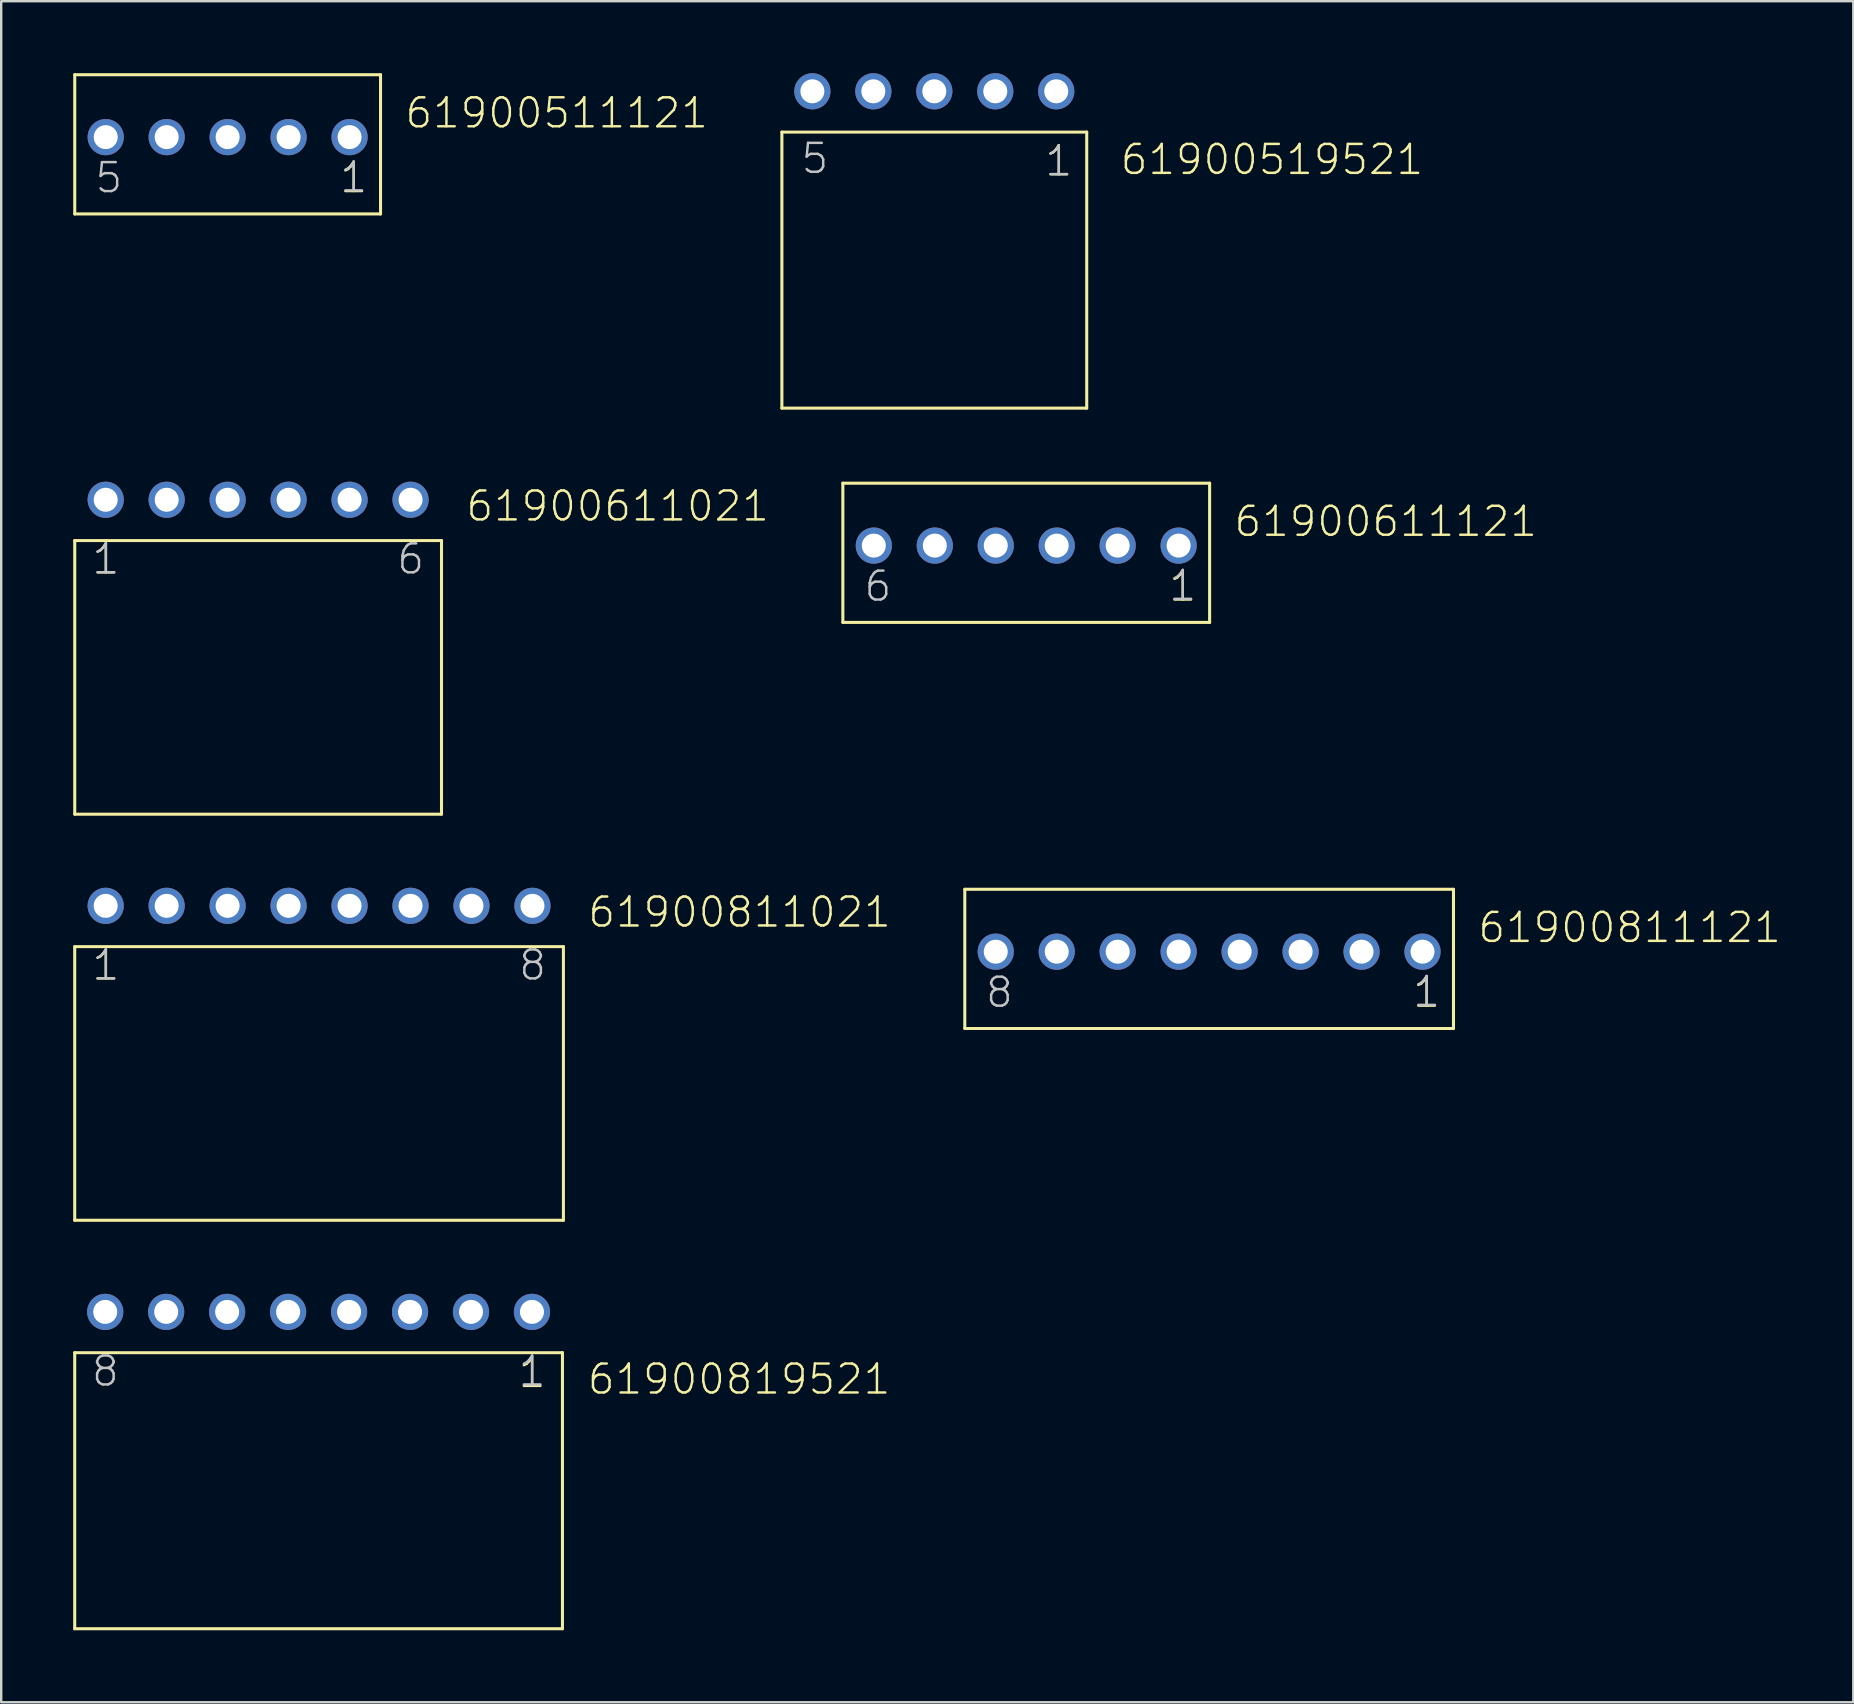
<source format=kicad_pcb>
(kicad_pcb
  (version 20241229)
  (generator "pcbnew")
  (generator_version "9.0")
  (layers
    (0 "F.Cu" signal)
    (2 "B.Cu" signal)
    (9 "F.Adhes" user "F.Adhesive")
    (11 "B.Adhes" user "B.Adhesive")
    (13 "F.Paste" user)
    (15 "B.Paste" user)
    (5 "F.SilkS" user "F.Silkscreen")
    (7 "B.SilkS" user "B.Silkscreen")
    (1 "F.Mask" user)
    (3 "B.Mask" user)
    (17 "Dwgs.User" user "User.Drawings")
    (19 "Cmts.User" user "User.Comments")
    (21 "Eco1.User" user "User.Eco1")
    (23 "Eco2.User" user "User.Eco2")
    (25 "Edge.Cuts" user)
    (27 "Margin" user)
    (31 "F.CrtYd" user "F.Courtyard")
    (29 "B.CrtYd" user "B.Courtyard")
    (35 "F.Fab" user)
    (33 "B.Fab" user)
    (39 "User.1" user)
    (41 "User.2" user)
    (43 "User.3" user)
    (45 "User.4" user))
  (footprint "61900519521"
    (layer "F.Cu")
    (at 35.875 0.754)
    (property "Reference" "61900519521" (at 7.685 3.55 0) (layer "F.SilkS") (effects (font (size 1.206 1.206) (thickness 0.102)) (justify left bottom)))
    (attr through_hole)
    (fp_line (start -6.35 1.7) (end 6.35 1.7) (stroke (width 0.127) (type solid)) (layer "F.SilkS"))
    (fp_line (start -6.35 13.2) (end -6.35 1.7) (stroke (width 0.127) (type solid)) (layer "F.SilkS"))
    (fp_line (start 6.35 1.7) (end 6.35 13.2) (stroke (width 0.127) (type solid)) (layer "F.SilkS"))
    (fp_line (start 6.35 13.2) (end -6.35 13.2) (stroke (width 0.127) (type solid)) (layer "F.SilkS"))
    (fp_text user "1" (at 4.545 3.605 0) (layer "F.SilkS") (effects (font (size 1.206 1.206) (thickness 0.102)) (justify left bottom)))
    (fp_text user "1" (at 4.545 3.605 0) (layer "Dwgs.User") (effects (font (size 1.206 1.206) (thickness 0.102)) (justify left bottom)))
    (fp_text user "5" (at -5.615 3.505 0) (layer "Dwgs.User") (effects (font (size 1.206 1.206) (thickness 0.102)) (justify left bottom)))
    (pad "1" thru_hole circle (at 5.08 0) (size 1.508 1.508) (drill 1) (layers "*.Cu" "*.Mask"))
    (pad "2" thru_hole circle (at 2.54 0) (size 1.508 1.508) (drill 1) (layers "*.Cu" "*.Mask"))
    (pad "3" thru_hole circle (at 0 0) (size 1.508 1.508) (drill 1) (layers "*.Cu" "*.Mask"))
    (pad "4" thru_hole circle (at -2.54 0) (size 1.508 1.508) (drill 1) (layers "*.Cu" "*.Mask"))
    (pad "5" thru_hole circle (at -5.08 0) (size 1.508 1.508) (drill 1) (layers "*.Cu" "*.Mask")))
  (footprint "61900611021"
    (layer "F.Cu")
    (at 7.704 17.771)
    (property "Reference" "61900611021" (at 8.595 0.97 0) (layer "F.SilkS") (effects (font (size 1.206 1.206) (thickness 0.102)) (justify left bottom)))
    (attr through_hole)
    (fp_line (start -7.64 1.7) (end 7.64 1.7) (stroke (width 0.127) (type solid)) (layer "F.SilkS"))
    (fp_line (start -7.64 13.1) (end -7.64 1.7) (stroke (width 0.127) (type solid)) (layer "F.SilkS"))
    (fp_line (start 7.64 1.7) (end 7.64 13.1) (stroke (width 0.127) (type solid)) (layer "F.SilkS"))
    (fp_line (start 7.64 13.1) (end -7.64 13.1) (stroke (width 0.127) (type solid)) (layer "F.SilkS"))
    (fp_text user "1" (at -6.985 3.175 0) (layer "F.SilkS") (effects (font (size 1.206 1.206) (thickness 0.102)) (justify left bottom)))
    (fp_text user "1" (at -6.985 3.175 0) (layer "Dwgs.User") (effects (font (size 1.206 1.206) (thickness 0.102)) (justify left bottom)))
    (fp_text user "6" (at 5.715 3.175 0) (layer "Dwgs.User") (effects (font (size 1.206 1.206) (thickness 0.102)) (justify left bottom)))
    (pad "1" thru_hole circle (at -6.35 0 180) (size 1.508 1.508) (drill 1) (layers "*.Cu" "*.Mask"))
    (pad "2" thru_hole circle (at -3.81 0 180) (size 1.508 1.508) (drill 1) (layers "*.Cu" "*.Mask"))
    (pad "3" thru_hole circle (at -1.27 0 180) (size 1.508 1.508) (drill 1) (layers "*.Cu" "*.Mask"))
    (pad "4" thru_hole circle (at 1.27 0 180) (size 1.508 1.508) (drill 1) (layers "*.Cu" "*.Mask"))
    (pad "5" thru_hole circle (at 3.81 0 180) (size 1.508 1.508) (drill 1) (layers "*.Cu" "*.Mask"))
    (pad "6" thru_hole circle (at 6.35 0 180) (size 1.508 1.508) (drill 1) (layers "*.Cu" "*.Mask")))
  (footprint "61900811121"
    (layer "F.Cu")
    (at 47.325 36.599)
    (property "Reference" "61900811121" (at 11.135 -0.3 0) (layer "F.SilkS") (effects (font (size 1.206 1.206) (thickness 0.102)) (justify left bottom)))
    (attr through_hole)
    (fp_line (start -10.18 -2.6) (end 10.18 -2.6) (stroke (width 0.127) (type solid)) (layer "F.SilkS"))
    (fp_line (start -10.18 3.2) (end -10.18 -2.6) (stroke (width 0.127) (type solid)) (layer "F.SilkS"))
    (fp_line (start 10.18 -2.6) (end 10.18 3.2) (stroke (width 0.127) (type solid)) (layer "F.SilkS"))
    (fp_line (start 10.18 3.2) (end -10.18 3.2) (stroke (width 0.127) (type solid)) (layer "F.SilkS"))
    (fp_text user "1" (at 8.42 2.4 0) (layer "F.SilkS") (effects (font (size 1.206 1.206) (thickness 0.102)) (justify left bottom)))
    (fp_text user "1" (at 8.42 2.37 0) (layer "Dwgs.User") (effects (font (size 1.206 1.206) (thickness 0.102)) (justify left bottom)))
    (fp_text user "8" (at -9.38 2.4 0) (layer "Dwgs.User") (effects (font (size 1.206 1.206) (thickness 0.102)) (justify left bottom)))
    (pad "1" thru_hole circle (at 8.89 0) (size 1.508 1.508) (drill 1) (layers "*.Cu" "*.Mask"))
    (pad "2" thru_hole circle (at 6.35 0) (size 1.508 1.508) (drill 1) (layers "*.Cu" "*.Mask"))
    (pad "3" thru_hole circle (at 3.81 0) (size 1.508 1.508) (drill 1) (layers "*.Cu" "*.Mask"))
    (pad "4" thru_hole circle (at 1.27 0) (size 1.508 1.508) (drill 1) (layers "*.Cu" "*.Mask"))
    (pad "5" thru_hole circle (at -1.27 0) (size 1.508 1.508) (drill 1) (layers "*.Cu" "*.Mask"))
    (pad "6" thru_hole circle (at -3.81 0) (size 1.508 1.508) (drill 1) (layers "*.Cu" "*.Mask"))
    (pad "7" thru_hole circle (at -6.35 0) (size 1.508 1.508) (drill 1) (layers "*.Cu" "*.Mask"))
    (pad "8" thru_hole circle (at -8.89 0) (size 1.508 1.508) (drill 1) (layers "*.Cu" "*.Mask")))
  (footprint "61900819521"
    (layer "F.Cu")
    (at 10.223 51.606)
    (property "Reference" "61900819521" (at 11.135 3.51 0) (layer "F.SilkS") (effects (font (size 1.206 1.206) (thickness 0.102)) (justify left bottom)))
    (attr through_hole)
    (fp_line (start -10.16 1.7) (end 10.16 1.7) (stroke (width 0.127) (type solid)) (layer "F.SilkS"))
    (fp_line (start -10.16 13.2) (end -10.16 1.7) (stroke (width 0.127) (type solid)) (layer "F.SilkS"))
    (fp_line (start 10.16 1.7) (end 10.16 13.2) (stroke (width 0.127) (type solid)) (layer "F.SilkS"))
    (fp_line (start 10.16 13.2) (end -10.16 13.2) (stroke (width 0.127) (type solid)) (layer "F.SilkS"))
    (fp_text user "1" (at 8.255 3.235 0) (layer "F.SilkS") (effects (font (size 1.206 1.206) (thickness 0.102)) (justify left bottom)))
    (fp_text user "1" (at 8.255 3.175 0) (layer "Dwgs.User") (effects (font (size 1.206 1.206) (thickness 0.102)) (justify left bottom)))
    (fp_text user "8" (at -9.525 3.175 0) (layer "Dwgs.User") (effects (font (size 1.206 1.206) (thickness 0.102)) (justify left bottom)))
    (pad "1" thru_hole circle (at 8.89 0) (size 1.508 1.508) (drill 1) (layers "*.Cu" "*.Mask"))
    (pad "2" thru_hole circle (at 6.35 0) (size 1.508 1.508) (drill 1) (layers "*.Cu" "*.Mask"))
    (pad "3" thru_hole circle (at 3.81 0) (size 1.508 1.508) (drill 1) (layers "*.Cu" "*.Mask"))
    (pad "4" thru_hole circle (at 1.27 0) (size 1.508 1.508) (drill 1) (layers "*.Cu" "*.Mask"))
    (pad "5" thru_hole circle (at -1.27 0) (size 1.508 1.508) (drill 1) (layers "*.Cu" "*.Mask"))
    (pad "6" thru_hole circle (at -3.81 0) (size 1.508 1.508) (drill 1) (layers "*.Cu" "*.Mask"))
    (pad "7" thru_hole circle (at -6.35 0) (size 1.508 1.508) (drill 1) (layers "*.Cu" "*.Mask"))
    (pad "8" thru_hole circle (at -8.89 0) (size 1.508 1.508) (drill 1) (layers "*.Cu" "*.Mask")))
  (footprint "61900511121"
    (layer "F.Cu")
    (at 6.434 2.663)
    (property "Reference" "61900511121" (at 7.325 -0.3 0) (layer "F.SilkS") (effects (font (size 1.206 1.206) (thickness 0.102)) (justify left bottom)))
    (attr through_hole)
    (fp_line (start -6.37 -2.6) (end 6.37 -2.6) (stroke (width 0.127) (type solid)) (layer "F.SilkS"))
    (fp_line (start -6.37 3.2) (end -6.37 -2.6) (stroke (width 0.127) (type solid)) (layer "F.SilkS"))
    (fp_line (start 6.37 -2.6) (end 6.37 3.2) (stroke (width 0.127) (type solid)) (layer "F.SilkS"))
    (fp_line (start 6.37 3.2) (end -6.37 3.2) (stroke (width 0.127) (type solid)) (layer "F.SilkS"))
    (fp_text user "1" (at 4.61 2.4 0) (layer "F.SilkS") (effects (font (size 1.206 1.206) (thickness 0.102)) (justify left bottom)))
    (fp_text user "5" (at -5.59 2.4 0) (layer "Dwgs.User") (effects (font (size 1.206 1.206) (thickness 0.102)) (justify left bottom)))
    (fp_text user "1" (at 4.61 2.37 0) (layer "Dwgs.User") (effects (font (size 1.206 1.206) (thickness 0.102)) (justify left bottom)))
    (pad "1" thru_hole circle (at 5.08 0) (size 1.508 1.508) (drill 1) (layers "*.Cu" "*.Mask"))
    (pad "2" thru_hole circle (at 2.54 0) (size 1.508 1.508) (drill 1) (layers "*.Cu" "*.Mask"))
    (pad "3" thru_hole circle (at 0 0) (size 1.508 1.508) (drill 1) (layers "*.Cu" "*.Mask"))
    (pad "4" thru_hole circle (at -2.54 0) (size 1.508 1.508) (drill 1) (layers "*.Cu" "*.Mask"))
    (pad "5" thru_hole circle (at -5.08 0) (size 1.508 1.508) (drill 1) (layers "*.Cu" "*.Mask")))
  (footprint "61900811021"
    (layer "F.Cu")
    (at 10.243 34.689)
    (property "Reference" "61900811021" (at 11.135 0.97 0) (layer "F.SilkS") (effects (font (size 1.206 1.206) (thickness 0.102)) (justify left bottom)))
    (attr through_hole)
    (fp_line (start -10.18 1.7) (end 10.18 1.7) (stroke (width 0.127) (type solid)) (layer "F.SilkS"))
    (fp_line (start -10.18 13.1) (end -10.18 1.7) (stroke (width 0.127) (type solid)) (layer "F.SilkS"))
    (fp_line (start 10.18 1.7) (end 10.18 13.1) (stroke (width 0.127) (type solid)) (layer "F.SilkS"))
    (fp_line (start 10.18 13.1) (end -10.18 13.1) (stroke (width 0.127) (type solid)) (layer "F.SilkS"))
    (fp_text user "1" (at -9.525 3.175 0) (layer "F.SilkS") (effects (font (size 1.206 1.206) (thickness 0.102)) (justify left bottom)))
    (fp_text user "1" (at -9.525 3.175 0) (layer "Dwgs.User") (effects (font (size 1.206 1.206) (thickness 0.102)) (justify left bottom)))
    (fp_text user "8" (at 8.255 3.175 0) (layer "Dwgs.User") (effects (font (size 1.206 1.206) (thickness 0.102)) (justify left bottom)))
    (pad "1" thru_hole circle (at -8.89 0 180) (size 1.508 1.508) (drill 1) (layers "*.Cu" "*.Mask"))
    (pad "2" thru_hole circle (at -6.35 0 180) (size 1.508 1.508) (drill 1) (layers "*.Cu" "*.Mask"))
    (pad "3" thru_hole circle (at -3.81 0 180) (size 1.508 1.508) (drill 1) (layers "*.Cu" "*.Mask"))
    (pad "4" thru_hole circle (at -1.27 0 180) (size 1.508 1.508) (drill 1) (layers "*.Cu" "*.Mask"))
    (pad "5" thru_hole circle (at 1.27 0 180) (size 1.508 1.508) (drill 1) (layers "*.Cu" "*.Mask"))
    (pad "6" thru_hole circle (at 3.81 0 180) (size 1.508 1.508) (drill 1) (layers "*.Cu" "*.Mask"))
    (pad "7" thru_hole circle (at 6.35 0 180) (size 1.508 1.508) (drill 1) (layers "*.Cu" "*.Mask"))
    (pad "8" thru_hole circle (at 8.89 0 180) (size 1.508 1.508) (drill 1) (layers "*.Cu" "*.Mask")))
  (footprint "61900611121"
    (layer "F.Cu")
    (at 39.705 19.681)
    (property "Reference" "61900611121" (at 8.595 -0.3 0) (layer "F.SilkS") (effects (font (size 1.206 1.206) (thickness 0.102)) (justify left bottom)))
    (attr through_hole)
    (fp_line (start -7.64 -2.6) (end 7.64 -2.6) (stroke (width 0.127) (type solid)) (layer "F.SilkS"))
    (fp_line (start -7.64 3.2) (end -7.64 -2.6) (stroke (width 0.127) (type solid)) (layer "F.SilkS"))
    (fp_line (start 7.64 -2.6) (end 7.64 3.2) (stroke (width 0.127) (type solid)) (layer "F.SilkS"))
    (fp_line (start 7.64 3.2) (end -7.64 3.2) (stroke (width 0.127) (type solid)) (layer "F.SilkS"))
    (fp_text user "1" (at 5.88 2.4 0) (layer "F.SilkS") (effects (font (size 1.206 1.206) (thickness 0.102)) (justify left bottom)))
    (fp_text user "6" (at -6.82 2.4 0) (layer "Dwgs.User") (effects (font (size 1.206 1.206) (thickness 0.102)) (justify left bottom)))
    (fp_text user "1" (at 5.88 2.37 0) (layer "Dwgs.User") (effects (font (size 1.206 1.206) (thickness 0.102)) (justify left bottom)))
    (pad "1" thru_hole circle (at 6.35 0) (size 1.508 1.508) (drill 1) (layers "*.Cu" "*.Mask"))
    (pad "2" thru_hole circle (at 3.81 0) (size 1.508 1.508) (drill 1) (layers "*.Cu" "*.Mask"))
    (pad "3" thru_hole circle (at 1.27 0) (size 1.508 1.508) (drill 1) (layers "*.Cu" "*.Mask"))
    (pad "4" thru_hole circle (at -1.27 0) (size 1.508 1.508) (drill 1) (layers "*.Cu" "*.Mask"))
    (pad "5" thru_hole circle (at -3.81 0) (size 1.508 1.508) (drill 1) (layers "*.Cu" "*.Mask"))
    (pad "6" thru_hole circle (at -6.35 0) (size 1.508 1.508) (drill 1) (layers "*.Cu" "*.Mask")))
  (gr_rect
    (start -3 -3)
    (end 74.163 67.87)
    (stroke (width 0.1) (type default))
    (fill no)
    (layer "Edge.Cuts")))
</source>
